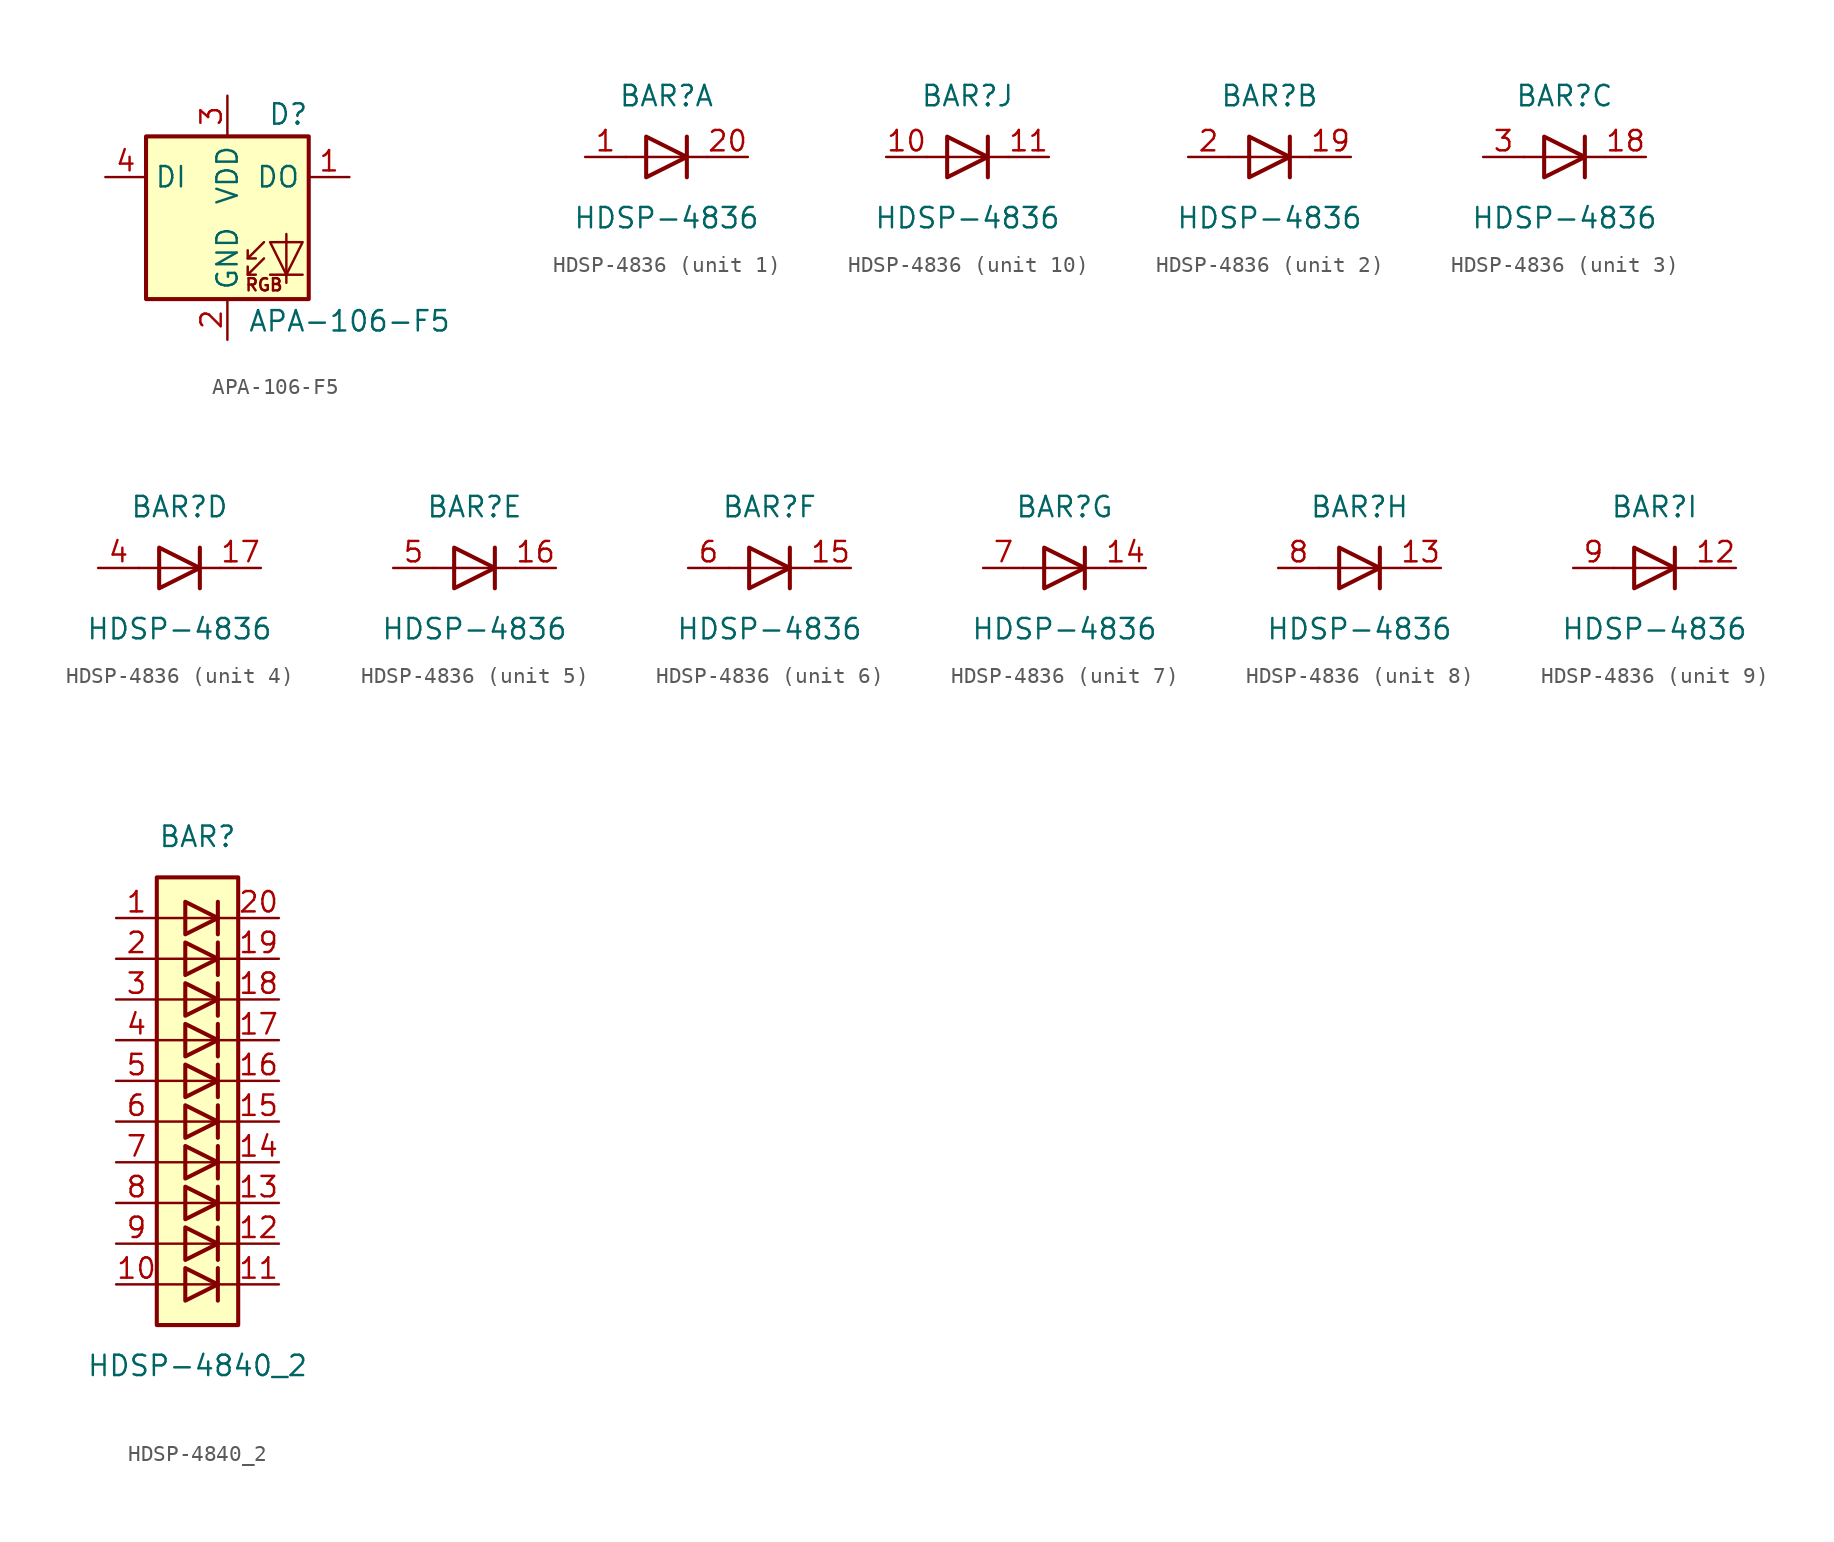
<source format=kicad_sym>
(kicad_symbol_lib
  (version 20220914)
  (generator kicad_symbol_editor)
  (symbol "APA-106-F5"
    (property "Reference" "D"
      (at 5.08 5.715 0)
      (effects (font (size 1.27 1.27)) (justify right bottom)))
    (property "Value" "APA-106-F5"
      (at 1.27 -5.715 0)
      (effects (font (size 1.27 1.27)) (justify left top)))
    (symbol "APA-106-F5_0_0"
      (text "RGB" (at 2.286 -4.191 0) (effects (font (size 0.762 0.762)))))
    (symbol "APA-106-F5_0_1"
      (polyline (pts (xy 1.27 -3.556) (xy 1.778 -3.556)) (stroke (width 0) (type default)) (fill (type none)))
      (polyline (pts (xy 1.27 -2.54) (xy 1.778 -2.54)) (stroke (width 0) (type default)) (fill (type none)))
      (polyline (pts (xy 4.699 -3.556) (xy 2.667 -3.556)) (stroke (width 0) (type default)) (fill (type none)))
      (polyline (pts (xy 2.286 -2.54) (xy 1.27 -3.556) (xy 1.27 -3.048)) (stroke (width 0) (type default)) (fill (type none)))
      (polyline (pts (xy 2.286 -1.524) (xy 1.27 -2.54) (xy 1.27 -2.032)) (stroke (width 0) (type default)) (fill (type none)))
      (polyline (pts (xy 3.683 -1.016) (xy 3.683 -3.556) (xy 3.683 -4.064)) (stroke (width 0) (type default)) (fill (type none)))
      (polyline (pts (xy 4.699 -1.524) (xy 2.667 -1.524) (xy 3.683 -3.556) (xy 4.699 -1.524)) (stroke (width 0) (type default)) (fill (type none)))
      (rectangle (start 5.08 5.08) (end -5.08 -5.08) (stroke (width 0.254) (type default)) (fill (type background))))
    (symbol "APA-106-F5_1_1"
      (pin output line (at 7.62 2.54 180) (length 2.54) (name "DO" (effects (font (size 1.27 1.27)))) (number "1" (effects (font (size 1.27 1.27)))))
      (pin power_in line (at 0 -7.62 90) (length 2.54) (name "GND" (effects (font (size 1.27 1.27)))) (number "2" (effects (font (size 1.27 1.27)))))
      (pin power_in line (at 0 7.62 270) (length 2.54) (name "VDD" (effects (font (size 1.27 1.27)))) (number "3" (effects (font (size 1.27 1.27)))))
      (pin input line (at -7.62 2.54 0) (length 2.54) (name "DI" (effects (font (size 1.27 1.27)))) (number "4" (effects (font (size 1.27 1.27)))))))
  (symbol "HDSP-4836"
    (pin_names
      (offset 1.016) hide)
    (property "Reference" "BAR"
      (at 0 3.81 0)
      (effects (font (size 1.27 1.27))))
    (property "Value" "HDSP-4836"
      (at 0 -3.81 0)
      (effects (font (size 1.27 1.27))))
    (symbol "HDSP-4836_0_1"
      (polyline (pts (xy -2.54 0) (xy 2.54 0)) (stroke (width 0) (type default)) (fill (type none)))
      (polyline (pts (xy 1.27 -1.27) (xy 1.27 1.27)) (stroke (width 0.254) (type default)) (fill (type none)))
      (polyline (pts (xy -1.27 1.27) (xy -1.27 -1.27) (xy 1.27 0) (xy -1.27 1.27)) (stroke (width 0.254) (type default)) (fill (type none))))
    (symbol "HDSP-4836_1_1"
      (pin passive line (at -5.08 0 0) (length 2.54) (name "A" (effects (font (size 1.27 1.27)))) (number "1" (effects (font (size 1.27 1.27)))))
      (pin passive line (at 5.08 0 180) (length 2.54) (name "K" (effects (font (size 1.27 1.27)))) (number "20" (effects (font (size 1.27 1.27))))))
    (symbol "HDSP-4836_2_1"
      (pin passive line (at 5.08 0 180) (length 2.54) (name "K" (effects (font (size 1.27 1.27)))) (number "19" (effects (font (size 1.27 1.27)))))
      (pin passive line (at -5.08 0 0) (length 2.54) (name "A" (effects (font (size 1.27 1.27)))) (number "2" (effects (font (size 1.27 1.27))))))
    (symbol "HDSP-4836_3_1"
      (pin passive line (at 5.08 0 180) (length 2.54) (name "K" (effects (font (size 1.27 1.27)))) (number "18" (effects (font (size 1.27 1.27)))))
      (pin passive line (at -5.08 0 0) (length 2.54) (name "A" (effects (font (size 1.27 1.27)))) (number "3" (effects (font (size 1.27 1.27))))))
    (symbol "HDSP-4836_4_1"
      (pin passive line (at 5.08 0 180) (length 2.54) (name "K" (effects (font (size 1.27 1.27)))) (number "17" (effects (font (size 1.27 1.27)))))
      (pin passive line (at -5.08 0 0) (length 2.54) (name "A" (effects (font (size 1.27 1.27)))) (number "4" (effects (font (size 1.27 1.27))))))
    (symbol "HDSP-4836_5_1"
      (pin passive line (at 5.08 0 180) (length 2.54) (name "K" (effects (font (size 1.27 1.27)))) (number "16" (effects (font (size 1.27 1.27)))))
      (pin passive line (at -5.08 0 0) (length 2.54) (name "A" (effects (font (size 1.27 1.27)))) (number "5" (effects (font (size 1.27 1.27))))))
    (symbol "HDSP-4836_6_1"
      (pin passive line (at 5.08 0 180) (length 2.54) (name "K" (effects (font (size 1.27 1.27)))) (number "15" (effects (font (size 1.27 1.27)))))
      (pin passive line (at -5.08 0 0) (length 2.54) (name "A" (effects (font (size 1.27 1.27)))) (number "6" (effects (font (size 1.27 1.27))))))
    (symbol "HDSP-4836_7_1"
      (pin passive line (at 5.08 0 180) (length 2.54) (name "K" (effects (font (size 1.27 1.27)))) (number "14" (effects (font (size 1.27 1.27)))))
      (pin passive line (at -5.08 0 0) (length 2.54) (name "A" (effects (font (size 1.27 1.27)))) (number "7" (effects (font (size 1.27 1.27))))))
    (symbol "HDSP-4836_8_1"
      (pin passive line (at 5.08 0 180) (length 2.54) (name "K" (effects (font (size 1.27 1.27)))) (number "13" (effects (font (size 1.27 1.27)))))
      (pin passive line (at -5.08 0 0) (length 2.54) (name "A" (effects (font (size 1.27 1.27)))) (number "8" (effects (font (size 1.27 1.27))))))
    (symbol "HDSP-4836_9_1"
      (pin passive line (at 5.08 0 180) (length 2.54) (name "K" (effects (font (size 1.27 1.27)))) (number "12" (effects (font (size 1.27 1.27)))))
      (pin passive line (at -5.08 0 0) (length 2.54) (name "A" (effects (font (size 1.27 1.27)))) (number "9" (effects (font (size 1.27 1.27))))))
    (symbol "HDSP-4836_10_1"
      (pin passive line (at -5.08 0 0) (length 2.54) (name "A" (effects (font (size 1.27 1.27)))) (number "10" (effects (font (size 1.27 1.27)))))
      (pin passive line (at 5.08 0 180) (length 2.54) (name "K" (effects (font (size 1.27 1.27)))) (number "11" (effects (font (size 1.27 1.27)))))))
  (symbol "HDSP-4840_2"
    (pin_names
      (offset 1.016) hide)
    (property "Reference" "BAR"
      (at 0 15.24 0)
      (effects (font (size 1.27 1.27))))
    (property "Value" "HDSP-4840_2"
      (at 0 -17.78 0)
      (effects (font (size 1.27 1.27))))
    (symbol "HDSP-4840_2_0_1"
      (rectangle (start -2.54 12.7) (end 2.54 -15.24) (stroke (width 0.254) (type default)) (fill (type background)))
      (polyline (pts (xy -2.54 -12.7) (xy 2.54 -12.7)) (stroke (width 0) (type default)) (fill (type none)))
      (polyline (pts (xy -2.54 -10.16) (xy 2.54 -10.16)) (stroke (width 0) (type default)) (fill (type none)))
      (polyline (pts (xy -2.54 -7.62) (xy 2.54 -7.62)) (stroke (width 0) (type default)) (fill (type none)))
      (polyline (pts (xy -2.54 -5.08) (xy 2.54 -5.08)) (stroke (width 0) (type default)) (fill (type none)))
      (polyline (pts (xy -2.54 0) (xy 2.54 0)) (stroke (width 0) (type default)) (fill (type none)))
      (polyline (pts (xy -2.54 5.08) (xy 2.54 5.08)) (stroke (width 0) (type default)) (fill (type none)))
      (polyline (pts (xy -2.54 7.62) (xy 2.54 7.62)) (stroke (width 0) (type default)) (fill (type none)))
      (polyline (pts (xy -2.54 10.16) (xy 2.54 10.16)) (stroke (width 0) (type default)) (fill (type none)))
      (polyline (pts (xy 1.27 -11.684) (xy 1.27 -13.716)) (stroke (width 0.254) (type default)) (fill (type none)))
      (polyline (pts (xy 1.27 -9.144) (xy 1.27 -11.176)) (stroke (width 0.254) (type default)) (fill (type none)))
      (polyline (pts (xy 1.27 -6.604) (xy 1.27 -8.636)) (stroke (width 0.254) (type default)) (fill (type none)))
      (polyline (pts (xy 1.27 -4.064) (xy 1.27 -6.096)) (stroke (width 0.254) (type default)) (fill (type none)))
      (polyline (pts (xy 1.27 -1.524) (xy 1.27 -3.556)) (stroke (width 0.254) (type default)) (fill (type none)))
      (polyline (pts (xy 1.27 1.016) (xy 1.27 -1.016)) (stroke (width 0.254) (type default)) (fill (type none)))
      (polyline (pts (xy 1.27 3.556) (xy 1.27 1.524)) (stroke (width 0.254) (type default)) (fill (type none)))
      (polyline (pts (xy 1.27 6.096) (xy 1.27 4.064)) (stroke (width 0.254) (type default)) (fill (type none)))
      (polyline (pts (xy 1.27 8.636) (xy 1.27 6.604)) (stroke (width 0.254) (type default)) (fill (type none)))
      (polyline (pts (xy 1.27 11.176) (xy 1.27 9.144)) (stroke (width 0.254) (type default)) (fill (type none)))
      (polyline (pts (xy 2.54 -2.54) (xy -2.54 -2.54)) (stroke (width 0) (type default)) (fill (type none)))
      (polyline (pts (xy 2.54 2.54) (xy -2.54 2.54)) (stroke (width 0) (type default)) (fill (type none)))
      (polyline (pts (xy -0.762 -11.684) (xy -0.762 -13.716) (xy 1.27 -12.7) (xy -0.762 -11.684)) (stroke (width 0.254) (type default)) (fill (type none)))
      (polyline (pts (xy -0.762 -9.144) (xy -0.762 -11.176) (xy 1.27 -10.16) (xy -0.762 -9.144)) (stroke (width 0.254) (type default)) (fill (type none)))
      (polyline (pts (xy -0.762 -6.604) (xy -0.762 -8.636) (xy 1.27 -7.62) (xy -0.762 -6.604)) (stroke (width 0.254) (type default)) (fill (type none)))
      (polyline (pts (xy -0.762 -4.064) (xy -0.762 -6.096) (xy 1.27 -5.08) (xy -0.762 -4.064)) (stroke (width 0.254) (type default)) (fill (type none)))
      (polyline (pts (xy -0.762 -1.524) (xy -0.762 -3.556) (xy 1.27 -2.54) (xy -0.762 -1.524)) (stroke (width 0.254) (type default)) (fill (type none)))
      (polyline (pts (xy -0.762 1.016) (xy -0.762 -1.016) (xy 1.27 0) (xy -0.762 1.016)) (stroke (width 0.254) (type default)) (fill (type none)))
      (polyline (pts (xy -0.762 3.556) (xy -0.762 1.524) (xy 1.27 2.54) (xy -0.762 3.556)) (stroke (width 0.254) (type default)) (fill (type none)))
      (polyline (pts (xy -0.762 6.096) (xy -0.762 4.064) (xy 1.27 5.08) (xy -0.762 6.096)) (stroke (width 0.254) (type default)) (fill (type none)))
      (polyline (pts (xy -0.762 8.636) (xy -0.762 6.604) (xy 1.27 7.62) (xy -0.762 8.636)) (stroke (width 0.254) (type default)) (fill (type none)))
      (polyline (pts (xy -0.762 11.176) (xy -0.762 9.144) (xy 1.27 10.16) (xy -0.762 11.176)) (stroke (width 0.254) (type default)) (fill (type none))))
    (symbol "HDSP-4840_2_1_1"
      (pin passive line (at -5.08 10.16 0) (length 2.54) (name "A" (effects (font (size 1.27 1.27)))) (number "1" (effects (font (size 1.27 1.27)))))
      (pin passive line (at -5.08 -12.7 0) (length 2.54) (name "A" (effects (font (size 1.27 1.27)))) (number "10" (effects (font (size 1.27 1.27)))))
      (pin passive line (at 5.08 -12.7 180) (length 2.54) (name "K" (effects (font (size 1.27 1.27)))) (number "11" (effects (font (size 1.27 1.27)))))
      (pin passive line (at 5.08 -10.16 180) (length 2.54) (name "K" (effects (font (size 1.27 1.27)))) (number "12" (effects (font (size 1.27 1.27)))))
      (pin passive line (at 5.08 -7.62 180) (length 2.54) (name "K" (effects (font (size 1.27 1.27)))) (number "13" (effects (font (size 1.27 1.27)))))
      (pin passive line (at 5.08 -5.08 180) (length 2.54) (name "K" (effects (font (size 1.27 1.27)))) (number "14" (effects (font (size 1.27 1.27)))))
      (pin passive line (at 5.08 -2.54 180) (length 2.54) (name "K" (effects (font (size 1.27 1.27)))) (number "15" (effects (font (size 1.27 1.27)))))
      (pin passive line (at 5.08 0 180) (length 2.54) (name "K" (effects (font (size 1.27 1.27)))) (number "16" (effects (font (size 1.27 1.27)))))
      (pin passive line (at 5.08 2.54 180) (length 2.54) (name "K" (effects (font (size 1.27 1.27)))) (number "17" (effects (font (size 1.27 1.27)))))
      (pin passive line (at 5.08 5.08 180) (length 2.54) (name "K" (effects (font (size 1.27 1.27)))) (number "18" (effects (font (size 1.27 1.27)))))
      (pin passive line (at 5.08 7.62 180) (length 2.54) (name "K" (effects (font (size 1.27 1.27)))) (number "19" (effects (font (size 1.27 1.27)))))
      (pin passive line (at -5.08 7.62 0) (length 2.54) (name "A" (effects (font (size 1.27 1.27)))) (number "2" (effects (font (size 1.27 1.27)))))
      (pin passive line (at 5.08 10.16 180) (length 2.54) (name "K" (effects (font (size 1.27 1.27)))) (number "20" (effects (font (size 1.27 1.27)))))
      (pin passive line (at -5.08 5.08 0) (length 2.54) (name "A" (effects (font (size 1.27 1.27)))) (number "3" (effects (font (size 1.27 1.27)))))
      (pin passive line (at -5.08 2.54 0) (length 2.54) (name "A" (effects (font (size 1.27 1.27)))) (number "4" (effects (font (size 1.27 1.27)))))
      (pin passive line (at -5.08 0 0) (length 2.54) (name "A" (effects (font (size 1.27 1.27)))) (number "5" (effects (font (size 1.27 1.27)))))
      (pin passive line (at -5.08 -2.54 0) (length 2.54) (name "A" (effects (font (size 1.27 1.27)))) (number "6" (effects (font (size 1.27 1.27)))))
      (pin passive line (at -5.08 -5.08 0) (length 2.54) (name "A" (effects (font (size 1.27 1.27)))) (number "7" (effects (font (size 1.27 1.27)))))
      (pin passive line (at -5.08 -7.62 0) (length 2.54) (name "A" (effects (font (size 1.27 1.27)))) (number "8" (effects (font (size 1.27 1.27)))))
      (pin passive line (at -5.08 -10.16 0) (length 2.54) (name "A" (effects (font (size 1.27 1.27)))) (number "9" (effects (font (size 1.27 1.27))))))))
</source>
